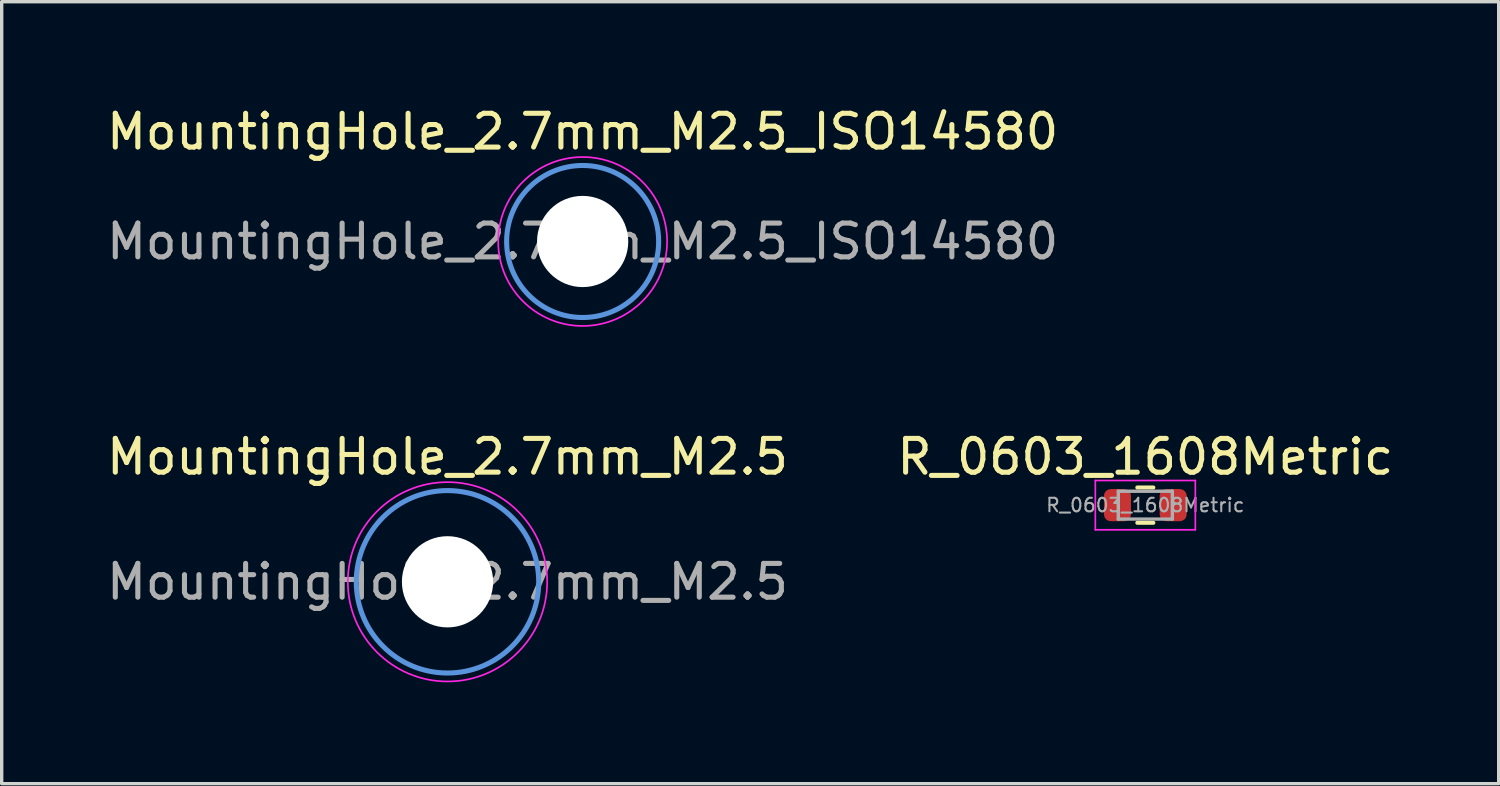
<source format=kicad_pcb>
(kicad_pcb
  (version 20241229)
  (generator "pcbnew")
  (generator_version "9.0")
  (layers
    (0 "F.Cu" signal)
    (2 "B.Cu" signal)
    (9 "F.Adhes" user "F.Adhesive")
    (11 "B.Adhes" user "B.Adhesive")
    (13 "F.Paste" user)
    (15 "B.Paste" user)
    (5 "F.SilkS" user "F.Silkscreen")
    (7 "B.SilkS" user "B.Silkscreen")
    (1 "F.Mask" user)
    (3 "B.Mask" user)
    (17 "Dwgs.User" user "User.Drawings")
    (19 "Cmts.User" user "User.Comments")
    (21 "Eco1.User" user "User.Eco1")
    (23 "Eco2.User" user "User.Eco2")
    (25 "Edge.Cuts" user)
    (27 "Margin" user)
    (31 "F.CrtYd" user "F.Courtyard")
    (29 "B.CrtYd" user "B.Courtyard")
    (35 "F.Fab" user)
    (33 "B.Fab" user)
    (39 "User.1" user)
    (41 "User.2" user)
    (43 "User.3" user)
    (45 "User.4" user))
  (footprint "R_0603_1608Metric"
    (layer "F.Cu")
    (at 30.851 11.902)
    (property "Reference" "R_0603_1608Metric" (at 0 -1.43 180) (layer "F.SilkS") (effects (font (size 1 1) (thickness 0.15))))
    (attr smd)
    (fp_line (start -0.237 -0.522) (end 0.237 -0.522) (stroke (width 0.12) (type solid)) (layer "F.SilkS"))
    (fp_line (start -0.237 0.522) (end 0.237 0.522) (stroke (width 0.12) (type solid)) (layer "F.SilkS"))
    (fp_line (start -1.48 -0.73) (end 1.48 -0.73) (stroke (width 0.05) (type solid)) (layer "F.CrtYd"))
    (fp_line (start -1.48 0.73) (end -1.48 -0.73) (stroke (width 0.05) (type solid)) (layer "F.CrtYd"))
    (fp_line (start 1.48 -0.73) (end 1.48 0.73) (stroke (width 0.05) (type solid)) (layer "F.CrtYd"))
    (fp_line (start 1.48 0.73) (end -1.48 0.73) (stroke (width 0.05) (type solid)) (layer "F.CrtYd"))
    (fp_line (start -0.8 -0.412) (end 0.8 -0.412) (stroke (width 0.1) (type solid)) (layer "F.Fab"))
    (fp_line (start -0.8 0.412) (end -0.8 -0.412) (stroke (width 0.1) (type solid)) (layer "F.Fab"))
    (fp_line (start 0.8 -0.412) (end 0.8 0.412) (stroke (width 0.1) (type solid)) (layer "F.Fab"))
    (fp_line (start 0.8 0.412) (end -0.8 0.412) (stroke (width 0.1) (type solid)) (layer "F.Fab"))
    (fp_text user "${REFERENCE}" (at 0 0 180) (layer "F.Fab") (effects (font (size 0.4 0.4) (thickness 0.06))))
    (pad "1" smd roundrect (at -0.825 0 180) (size 0.8 0.95) (layers "F.Cu" "F.Mask" "F.Paste") (roundrect_rratio 0.25))
    (pad "2" smd roundrect (at 0.825 0 180) (size 0.8 0.95) (layers "F.Cu" "F.Mask" "F.Paste") (roundrect_rratio 0.25)))
  (footprint "MountingHole_2.7mm_M2.5"
    (layer "F.Cu")
    (at 10.196 14.171)
    (property "Reference" "MountingHole_2.7mm_M2.5" (at 0 -3.7 0) (layer "F.SilkS") (effects (font (size 1 1) (thickness 0.15))))
    (attr exclude_from_pos_files)
    (fp_circle (center 0 0) (end 2.7 0) (stroke (width 0.15) (type solid)) (fill no) (layer "Cmts.User"))
    (fp_circle (center 0 0) (end 2.95 0) (stroke (width 0.05) (type solid)) (fill no) (layer "F.CrtYd"))
    (fp_text user "${REFERENCE}" (at 0 0 0) (layer "F.Fab") (effects (font (size 1 1) (thickness 0.15))))
    (pad "" np_thru_hole circle (at 0 0) (size 2.7 2.7) (drill 2.7) (layers "*.Cu" "*.Mask")))
  (footprint "MountingHole_2.7mm_M2.5_ISO14580"
    (layer "F.Cu")
    (at 14.196 4.098)
    (property "Reference" "MountingHole_2.7mm_M2.5_ISO14580" (at 0 -3.25 0) (layer "F.SilkS") (effects (font (size 1 1) (thickness 0.15))))
    (attr exclude_from_pos_files)
    (fp_circle (center 0 0) (end 2.25 0) (stroke (width 0.15) (type solid)) (fill no) (layer "Cmts.User"))
    (fp_circle (center 0 0) (end 2.5 0) (stroke (width 0.05) (type solid)) (fill no) (layer "F.CrtYd"))
    (fp_text user "${REFERENCE}" (at 0 0 0) (layer "F.Fab") (effects (font (size 1 1) (thickness 0.15))))
    (pad "" np_thru_hole circle (at 0 0) (size 2.7 2.7) (drill 2.7) (layers "*.Cu" "*.Mask")))
  (gr_rect
    (start -3 -3)
    (end 41.31 20.146)
    (stroke (width 0.1) (type default))
    (fill no)
    (layer "Edge.Cuts")))
</source>
